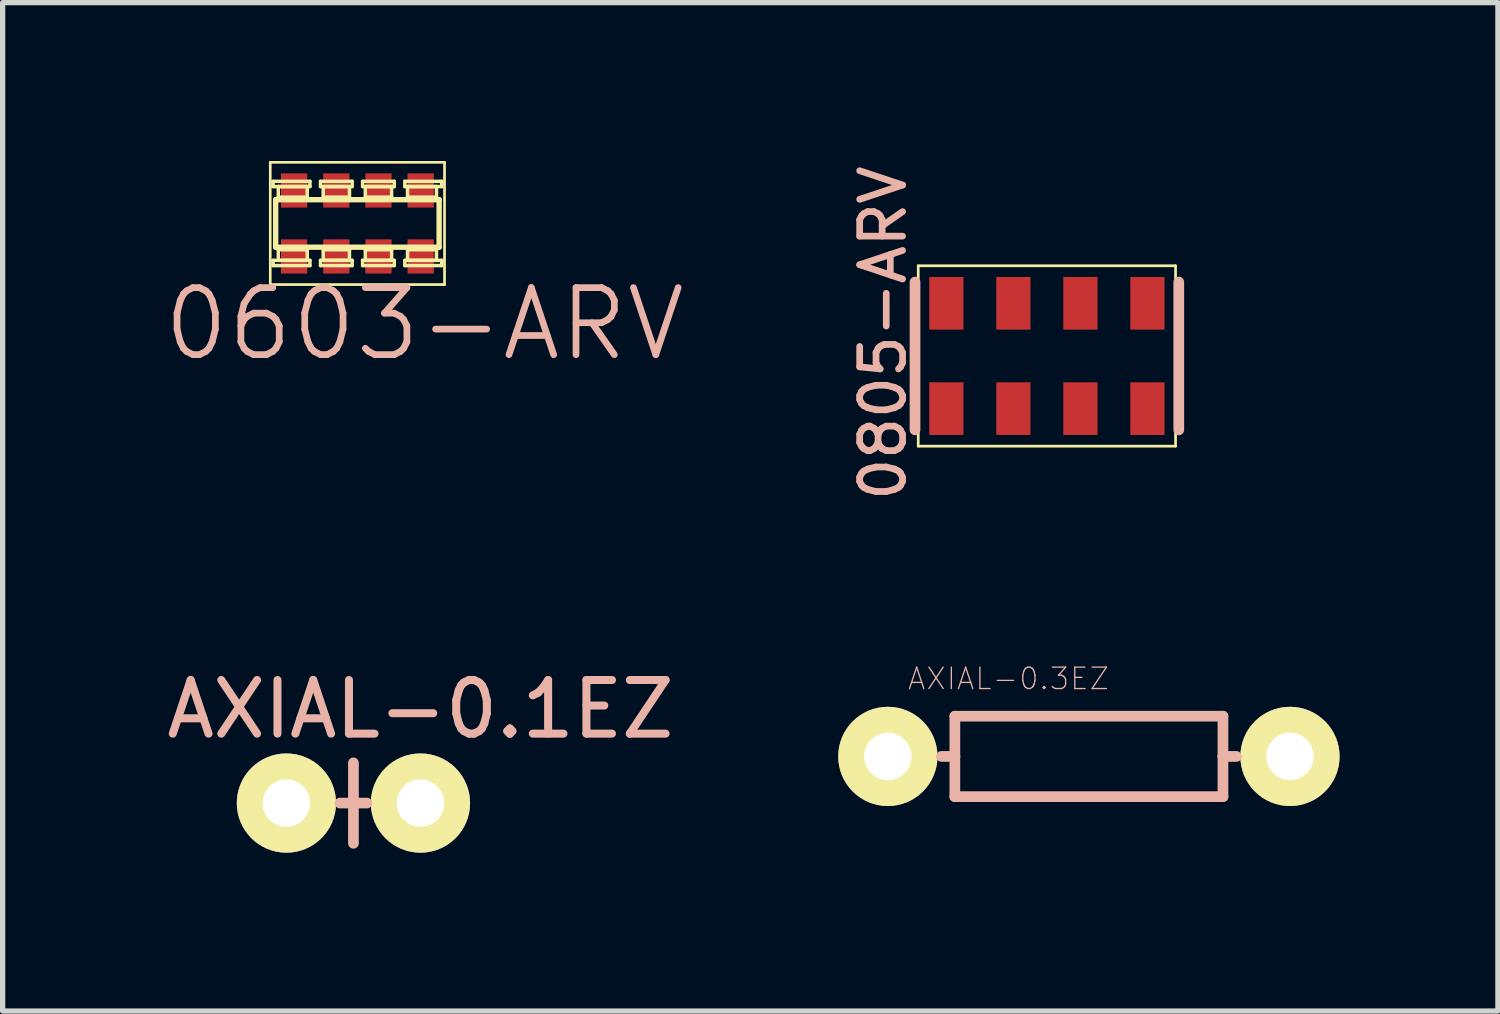
<source format=kicad_pcb>
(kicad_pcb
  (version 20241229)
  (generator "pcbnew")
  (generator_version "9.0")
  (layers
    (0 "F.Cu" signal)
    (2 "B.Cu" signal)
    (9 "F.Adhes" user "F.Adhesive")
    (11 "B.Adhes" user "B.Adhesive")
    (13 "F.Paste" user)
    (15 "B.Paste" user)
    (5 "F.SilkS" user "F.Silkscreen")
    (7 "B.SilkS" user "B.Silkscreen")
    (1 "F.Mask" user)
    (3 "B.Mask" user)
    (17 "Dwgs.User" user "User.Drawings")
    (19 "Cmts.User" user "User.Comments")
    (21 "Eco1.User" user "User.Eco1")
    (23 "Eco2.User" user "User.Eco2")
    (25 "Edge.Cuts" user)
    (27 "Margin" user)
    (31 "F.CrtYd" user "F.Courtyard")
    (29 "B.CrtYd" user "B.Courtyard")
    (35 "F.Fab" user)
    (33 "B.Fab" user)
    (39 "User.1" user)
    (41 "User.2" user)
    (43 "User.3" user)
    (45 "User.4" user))
  (footprint "AXIAL-0.1EZ"
    (layer "F.Cu")
    (at 2.377 12.167)
    (property "Reference" "AXIAL-0.1EZ" (at 2.54 -1.778 0) (layer "B.SilkS") (effects (font (size 1.016 1.016) (thickness 0.152))))
    (attr exclude_from_pos_files exclude_from_bom)
    (fp_circle (center 0 0) (end -0.508 0.508) (stroke (width 0) (type solid)) (fill yes) (layer "F.SilkS"))
    (fp_circle (center 0 0) (end -0.229 0.229) (stroke (width 0) (type solid)) (fill yes) (layer "F.SilkS"))
    (fp_circle (center 0 0) (end -0.229 0.229) (stroke (width 0) (type solid)) (fill yes) (layer "F.SilkS"))
    (fp_circle (center 2.54 0) (end 2.769 0.229) (stroke (width 0) (type solid)) (fill yes) (layer "F.SilkS"))
    (fp_circle (center 2.54 0) (end 3.048 0.508) (stroke (width 0) (type solid)) (fill yes) (layer "F.SilkS"))
    (fp_line (start 1.27 0) (end 1.016 0) (stroke (width 0.203) (type solid)) (layer "B.SilkS"))
    (fp_line (start 1.27 0) (end 1.27 -0.762) (stroke (width 0.203) (type solid)) (layer "B.SilkS"))
    (fp_line (start 1.27 0.762) (end 1.27 0) (stroke (width 0.203) (type solid)) (layer "B.SilkS"))
    (fp_line (start 1.524 0) (end 1.27 0) (stroke (width 0.203) (type solid)) (layer "B.SilkS"))
    (pad "P$1" thru_hole circle (at 0 0) (size 1.88 1.88) (drill 0.899) (layers "*.Cu" "F.Mask" "F.SilkS" "F.Paste"))
    (pad "P$2" thru_hole circle (at 2.54 0) (size 1.88 1.88) (drill 0.899) (layers "*.Cu" "F.Mask" "F.SilkS" "F.Paste")))
  (footprint "0805-ARV"
    (layer "F.Cu")
    (at 16.787 3.695)
    (property "Reference" "0805-ARV" (at -3.104 -0.432 90) (layer "B.SilkS") (effects (font (size 0.813 0.813) (thickness 0.127))))
    (attr smd)
    (fp_line (start -2.438 -1.709) (end 2.438 -1.709) (stroke (width 0.051) (type solid)) (layer "F.SilkS"))
    (fp_line (start -2.438 1.709) (end -2.438 -1.709) (stroke (width 0.051) (type solid)) (layer "F.SilkS"))
    (fp_line (start 2.438 -1.709) (end 2.438 1.709) (stroke (width 0.051) (type solid)) (layer "F.SilkS"))
    (fp_line (start 2.438 1.709) (end -2.438 1.709) (stroke (width 0.051) (type solid)) (layer "F.SilkS"))
    (fp_line (start -2.499 -1.4) (end -2.499 1.4) (stroke (width 0.203) (type solid)) (layer "B.SilkS"))
    (fp_line (start 2.499 1.4) (end 2.499 -1.4) (stroke (width 0.203) (type solid)) (layer "B.SilkS"))
    (pad "1" smd rect (at -1.905 0.998) (size 0.648 0.998) (layers "F.Cu" "F.Mask" "F.Paste"))
    (pad "2" smd rect (at -0.635 0.998) (size 0.648 0.998) (layers "F.Cu" "F.Mask" "F.Paste"))
    (pad "3" smd rect (at 0.635 0.998) (size 0.648 0.998) (layers "F.Cu" "F.Mask" "F.Paste"))
    (pad "4" smd rect (at 1.905 0.998) (size 0.648 0.998) (layers "F.Cu" "F.Mask" "F.Paste"))
    (pad "5" smd rect (at 1.905 -0.998) (size 0.648 0.998) (layers "F.Cu" "F.Mask" "F.Paste"))
    (pad "6" smd rect (at 0.635 -0.998) (size 0.648 0.998) (layers "F.Cu" "F.Mask" "F.Paste"))
    (pad "7" smd rect (at -0.635 -0.998) (size 0.648 0.998) (layers "F.Cu" "F.Mask" "F.Paste"))
    (pad "8" smd rect (at -1.905 -0.998) (size 0.648 0.998) (layers "F.Cu" "F.Mask" "F.Paste")))
  (footprint "AXIAL-0.3EZ"
    (layer "F.Cu")
    (at 17.583 11.283)
    (property "Reference" "AXIAL-0.3EZ" (at -1.524 -1.473 0) (layer "B.SilkS") (effects (font (size 0.406 0.406) (thickness 0.025))))
    (attr exclude_from_pos_files exclude_from_bom)
    (fp_circle (center -3.81 0) (end -4.321 0.511) (stroke (width 0) (type solid)) (fill yes) (layer "F.SilkS"))
    (fp_circle (center -3.81 0) (end -4.064 0.254) (stroke (width 0) (type solid)) (fill yes) (layer "F.SilkS"))
    (fp_circle (center 3.81 0) (end 4.072 0.262) (stroke (width 0) (type solid)) (fill yes) (layer "F.SilkS"))
    (fp_circle (center 3.81 0) (end 4.333 0.523) (stroke (width 0) (type solid)) (fill yes) (layer "F.SilkS"))
    (fp_line (start -2.54 -0.762) (end 2.54 -0.762) (stroke (width 0.203) (type solid)) (layer "B.SilkS"))
    (fp_line (start -2.54 0) (end -2.794 0) (stroke (width 0.203) (type solid)) (layer "B.SilkS"))
    (fp_line (start -2.54 0) (end -2.54 -0.762) (stroke (width 0.203) (type solid)) (layer "B.SilkS"))
    (fp_line (start -2.54 0.762) (end -2.54 0) (stroke (width 0.203) (type solid)) (layer "B.SilkS"))
    (fp_line (start 2.54 -0.762) (end 2.54 0) (stroke (width 0.203) (type solid)) (layer "B.SilkS"))
    (fp_line (start 2.54 0) (end 2.54 0.762) (stroke (width 0.203) (type solid)) (layer "B.SilkS"))
    (fp_line (start 2.54 0) (end 2.794 0) (stroke (width 0.203) (type solid)) (layer "B.SilkS"))
    (fp_line (start 2.54 0.762) (end -2.54 0.762) (stroke (width 0.203) (type solid)) (layer "B.SilkS"))
    (pad "P$1" thru_hole circle (at -3.81 0) (size 1.88 1.88) (drill 0.899) (layers "*.Cu" "F.Mask" "F.SilkS" "F.Paste"))
    (pad "P$2" thru_hole circle (at 3.81 0) (size 1.88 1.88) (drill 0.899) (layers "*.Cu" "F.Mask" "F.SilkS" "F.Paste")))
  (footprint "0603-ARV"
    (layer "F.Cu")
    (at 3.722 1.184)
    (property "Reference" "0603-ARV" (at 1.27 1.905 0) (layer "B.SilkS") (effects (font (size 1.27 1.27) (thickness 0.127))))
    (attr smd)
    (fp_line (start -1.651 -1.158) (end 1.651 -1.158) (stroke (width 0.051) (type solid)) (layer "F.SilkS"))
    (fp_line (start -1.651 1.158) (end -1.651 -1.158) (stroke (width 0.051) (type solid)) (layer "F.SilkS"))
    (fp_line (start -1.598 -0.798) (end -0.899 -0.798) (stroke (width 0.066) (type solid)) (layer "F.SilkS"))
    (fp_line (start -1.598 -0.699) (end -1.598 -0.798) (stroke (width 0.066) (type solid)) (layer "F.SilkS"))
    (fp_line (start -1.598 -0.699) (end -0.899 -0.699) (stroke (width 0.066) (type solid)) (layer "F.SilkS"))
    (fp_line (start -1.598 0.699) (end -0.899 0.699) (stroke (width 0.066) (type solid)) (layer "F.SilkS"))
    (fp_line (start -1.598 0.798) (end -1.598 0.699) (stroke (width 0.066) (type solid)) (layer "F.SilkS"))
    (fp_line (start -1.598 0.798) (end -0.899 0.798) (stroke (width 0.066) (type solid)) (layer "F.SilkS"))
    (fp_line (start -1.549 -0.45) (end 1.549 -0.45) (stroke (width 0.102) (type solid)) (layer "F.SilkS"))
    (fp_line (start -1.549 0.45) (end -1.549 -0.45) (stroke (width 0.102) (type solid)) (layer "F.SilkS"))
    (fp_line (start -1.499 -0.699) (end -0.95 -0.699) (stroke (width 0.066) (type solid)) (layer "F.SilkS"))
    (fp_line (start -1.499 -0.498) (end -1.499 -0.699) (stroke (width 0.066) (type solid)) (layer "F.SilkS"))
    (fp_line (start -1.499 -0.498) (end -0.95 -0.498) (stroke (width 0.066) (type solid)) (layer "F.SilkS"))
    (fp_line (start -1.499 0.498) (end -0.95 0.498) (stroke (width 0.066) (type solid)) (layer "F.SilkS"))
    (fp_line (start -1.499 0.699) (end -1.499 0.498) (stroke (width 0.066) (type solid)) (layer "F.SilkS"))
    (fp_line (start -1.499 0.699) (end -0.95 0.699) (stroke (width 0.066) (type solid)) (layer "F.SilkS"))
    (fp_line (start -0.95 -0.498) (end -0.95 -0.699) (stroke (width 0.066) (type solid)) (layer "F.SilkS"))
    (fp_line (start -0.95 0.699) (end -0.95 0.498) (stroke (width 0.066) (type solid)) (layer "F.SilkS"))
    (fp_line (start -0.899 -0.699) (end -0.899 -0.798) (stroke (width 0.066) (type solid)) (layer "F.SilkS"))
    (fp_line (start -0.899 0.798) (end -0.899 0.699) (stroke (width 0.066) (type solid)) (layer "F.SilkS"))
    (fp_line (start -0.699 -0.798) (end -0.099 -0.798) (stroke (width 0.066) (type solid)) (layer "F.SilkS"))
    (fp_line (start -0.699 -0.699) (end -0.699 -0.798) (stroke (width 0.066) (type solid)) (layer "F.SilkS"))
    (fp_line (start -0.699 -0.699) (end -0.099 -0.699) (stroke (width 0.066) (type solid)) (layer "F.SilkS"))
    (fp_line (start -0.699 0.699) (end -0.099 0.699) (stroke (width 0.066) (type solid)) (layer "F.SilkS"))
    (fp_line (start -0.699 0.798) (end -0.699 0.699) (stroke (width 0.066) (type solid)) (layer "F.SilkS"))
    (fp_line (start -0.699 0.798) (end -0.099 0.798) (stroke (width 0.066) (type solid)) (layer "F.SilkS"))
    (fp_line (start -0.648 -0.699) (end -0.15 -0.699) (stroke (width 0.066) (type solid)) (layer "F.SilkS"))
    (fp_line (start -0.648 -0.498) (end -0.648 -0.699) (stroke (width 0.066) (type solid)) (layer "F.SilkS"))
    (fp_line (start -0.648 -0.498) (end -0.15 -0.498) (stroke (width 0.066) (type solid)) (layer "F.SilkS"))
    (fp_line (start -0.648 0.498) (end -0.15 0.498) (stroke (width 0.066) (type solid)) (layer "F.SilkS"))
    (fp_line (start -0.648 0.699) (end -0.648 0.498) (stroke (width 0.066) (type solid)) (layer "F.SilkS"))
    (fp_line (start -0.648 0.699) (end -0.15 0.699) (stroke (width 0.066) (type solid)) (layer "F.SilkS"))
    (fp_line (start -0.15 -0.498) (end -0.15 -0.699) (stroke (width 0.066) (type solid)) (layer "F.SilkS"))
    (fp_line (start -0.15 0.699) (end -0.15 0.498) (stroke (width 0.066) (type solid)) (layer "F.SilkS"))
    (fp_line (start -0.099 -0.699) (end -0.099 -0.798) (stroke (width 0.066) (type solid)) (layer "F.SilkS"))
    (fp_line (start -0.099 0.798) (end -0.099 0.699) (stroke (width 0.066) (type solid)) (layer "F.SilkS"))
    (fp_line (start 0.099 -0.798) (end 0.699 -0.798) (stroke (width 0.066) (type solid)) (layer "F.SilkS"))
    (fp_line (start 0.099 -0.699) (end 0.099 -0.798) (stroke (width 0.066) (type solid)) (layer "F.SilkS"))
    (fp_line (start 0.099 -0.699) (end 0.699 -0.699) (stroke (width 0.066) (type solid)) (layer "F.SilkS"))
    (fp_line (start 0.099 0.699) (end 0.699 0.699) (stroke (width 0.066) (type solid)) (layer "F.SilkS"))
    (fp_line (start 0.099 0.798) (end 0.099 0.699) (stroke (width 0.066) (type solid)) (layer "F.SilkS"))
    (fp_line (start 0.099 0.798) (end 0.699 0.798) (stroke (width 0.066) (type solid)) (layer "F.SilkS"))
    (fp_line (start 0.15 -0.699) (end 0.648 -0.699) (stroke (width 0.066) (type solid)) (layer "F.SilkS"))
    (fp_line (start 0.15 -0.498) (end 0.15 -0.699) (stroke (width 0.066) (type solid)) (layer "F.SilkS"))
    (fp_line (start 0.15 -0.498) (end 0.648 -0.498) (stroke (width 0.066) (type solid)) (layer "F.SilkS"))
    (fp_line (start 0.15 0.498) (end 0.648 0.498) (stroke (width 0.066) (type solid)) (layer "F.SilkS"))
    (fp_line (start 0.15 0.699) (end 0.15 0.498) (stroke (width 0.066) (type solid)) (layer "F.SilkS"))
    (fp_line (start 0.15 0.699) (end 0.648 0.699) (stroke (width 0.066) (type solid)) (layer "F.SilkS"))
    (fp_line (start 0.648 -0.498) (end 0.648 -0.699) (stroke (width 0.066) (type solid)) (layer "F.SilkS"))
    (fp_line (start 0.648 0.699) (end 0.648 0.498) (stroke (width 0.066) (type solid)) (layer "F.SilkS"))
    (fp_line (start 0.699 -0.699) (end 0.699 -0.798) (stroke (width 0.066) (type solid)) (layer "F.SilkS"))
    (fp_line (start 0.699 0.798) (end 0.699 0.699) (stroke (width 0.066) (type solid)) (layer "F.SilkS"))
    (fp_line (start 0.899 -0.798) (end 1.598 -0.798) (stroke (width 0.066) (type solid)) (layer "F.SilkS"))
    (fp_line (start 0.899 -0.699) (end 0.899 -0.798) (stroke (width 0.066) (type solid)) (layer "F.SilkS"))
    (fp_line (start 0.899 -0.699) (end 1.598 -0.699) (stroke (width 0.066) (type solid)) (layer "F.SilkS"))
    (fp_line (start 0.899 0.699) (end 1.598 0.699) (stroke (width 0.066) (type solid)) (layer "F.SilkS"))
    (fp_line (start 0.899 0.798) (end 0.899 0.699) (stroke (width 0.066) (type solid)) (layer "F.SilkS"))
    (fp_line (start 0.899 0.798) (end 1.598 0.798) (stroke (width 0.066) (type solid)) (layer "F.SilkS"))
    (fp_line (start 0.95 -0.699) (end 1.499 -0.699) (stroke (width 0.066) (type solid)) (layer "F.SilkS"))
    (fp_line (start 0.95 -0.498) (end 0.95 -0.699) (stroke (width 0.066) (type solid)) (layer "F.SilkS"))
    (fp_line (start 0.95 -0.498) (end 1.499 -0.498) (stroke (width 0.066) (type solid)) (layer "F.SilkS"))
    (fp_line (start 0.95 0.498) (end 1.499 0.498) (stroke (width 0.066) (type solid)) (layer "F.SilkS"))
    (fp_line (start 0.95 0.699) (end 0.95 0.498) (stroke (width 0.066) (type solid)) (layer "F.SilkS"))
    (fp_line (start 0.95 0.699) (end 1.499 0.699) (stroke (width 0.066) (type solid)) (layer "F.SilkS"))
    (fp_line (start 1.499 -0.498) (end 1.499 -0.699) (stroke (width 0.066) (type solid)) (layer "F.SilkS"))
    (fp_line (start 1.499 0.699) (end 1.499 0.498) (stroke (width 0.066) (type solid)) (layer "F.SilkS"))
    (fp_line (start 1.549 -0.45) (end 1.549 0.45) (stroke (width 0.102) (type solid)) (layer "F.SilkS"))
    (fp_line (start 1.549 0.45) (end -1.549 0.45) (stroke (width 0.102) (type solid)) (layer "F.SilkS"))
    (fp_line (start 1.598 -0.699) (end 1.598 -0.798) (stroke (width 0.066) (type solid)) (layer "F.SilkS"))
    (fp_line (start 1.598 0.798) (end 1.598 0.699) (stroke (width 0.066) (type solid)) (layer "F.SilkS"))
    (fp_line (start 1.651 -1.158) (end 1.651 1.158) (stroke (width 0.051) (type solid)) (layer "F.SilkS"))
    (fp_line (start 1.651 1.158) (end -1.651 1.158) (stroke (width 0.051) (type solid)) (layer "F.SilkS"))
    (pad "1" smd rect (at -1.199 0.625) (size 0.498 0.648) (layers "F.Cu" "F.Mask" "F.Paste"))
    (pad "2" smd rect (at -0.399 0.625) (size 0.498 0.648) (layers "F.Cu" "F.Mask" "F.Paste"))
    (pad "3" smd rect (at 0.399 0.625) (size 0.498 0.648) (layers "F.Cu" "F.Mask" "F.Paste"))
    (pad "4" smd rect (at 1.199 0.625) (size 0.498 0.648) (layers "F.Cu" "F.Mask" "F.Paste"))
    (pad "5" smd rect (at 1.199 -0.625) (size 0.498 0.648) (layers "F.Cu" "F.Mask" "F.Paste"))
    (pad "6" smd rect (at 0.399 -0.625) (size 0.498 0.648) (layers "F.Cu" "F.Mask" "F.Paste"))
    (pad "7" smd rect (at -0.399 -0.625) (size 0.498 0.648) (layers "F.Cu" "F.Mask" "F.Paste"))
    (pad "8" smd rect (at -1.199 -0.625) (size 0.498 0.648) (layers "F.Cu" "F.Mask" "F.Paste")))
  (gr_rect
    (start -3 -3)
    (end 25.333 16.107)
    (stroke (width 0.1) (type default))
    (fill no)
    (layer "Edge.Cuts")))
</source>
